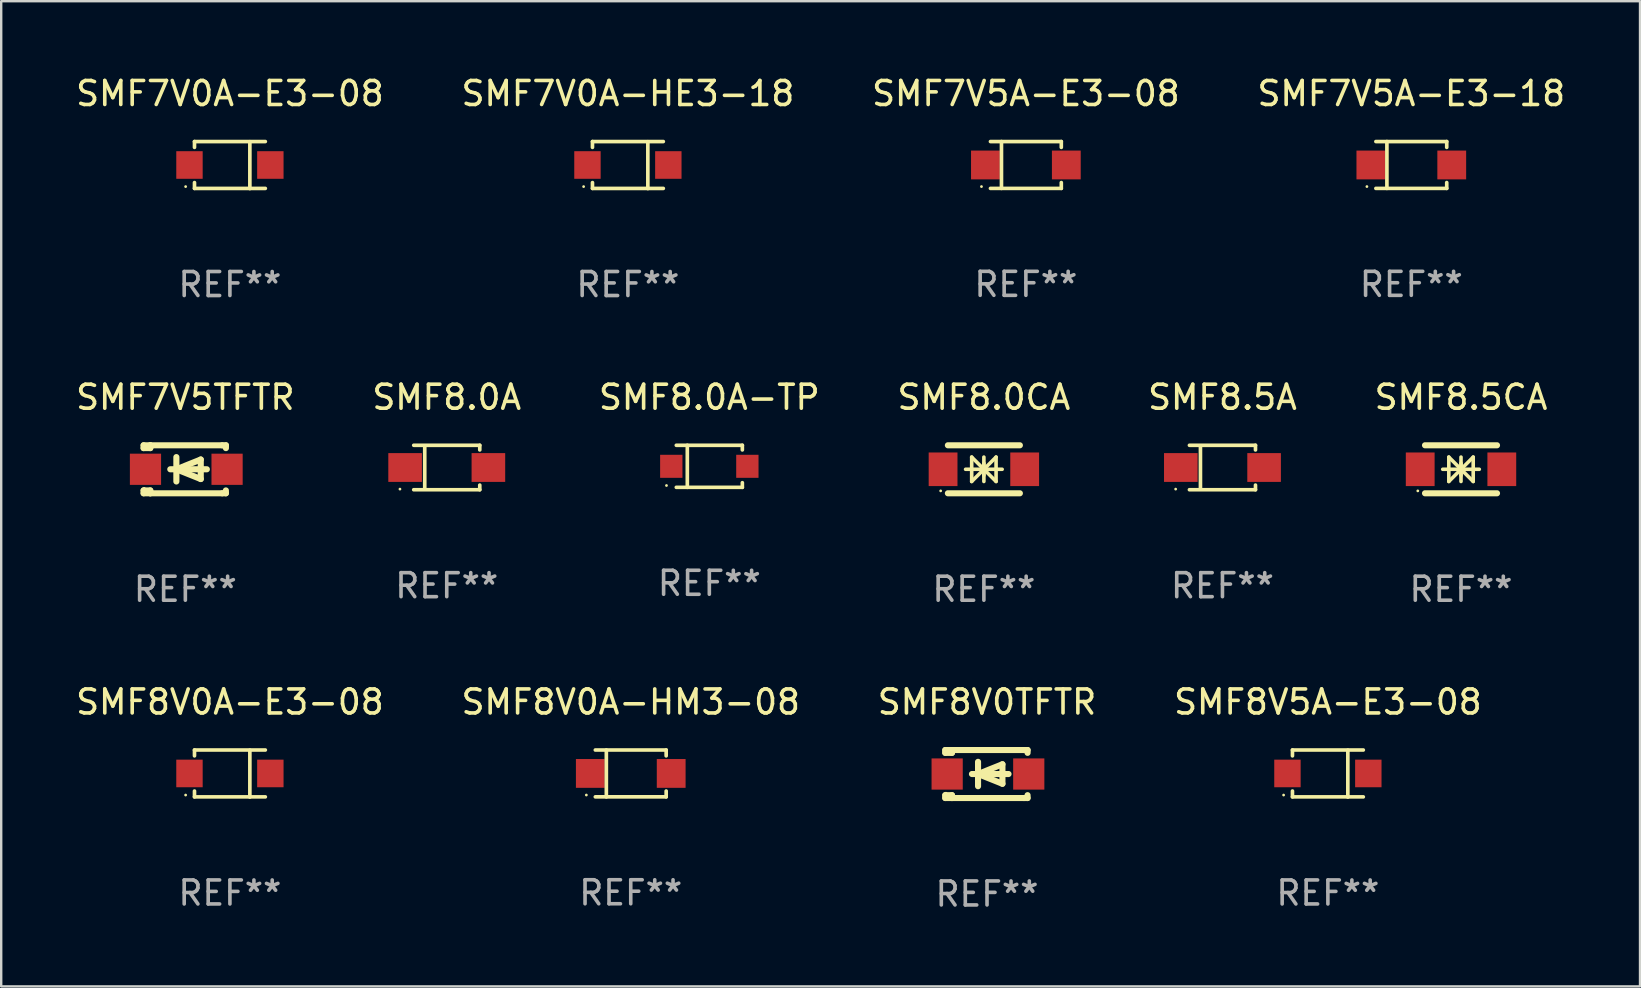
<source format=kicad_pcb>
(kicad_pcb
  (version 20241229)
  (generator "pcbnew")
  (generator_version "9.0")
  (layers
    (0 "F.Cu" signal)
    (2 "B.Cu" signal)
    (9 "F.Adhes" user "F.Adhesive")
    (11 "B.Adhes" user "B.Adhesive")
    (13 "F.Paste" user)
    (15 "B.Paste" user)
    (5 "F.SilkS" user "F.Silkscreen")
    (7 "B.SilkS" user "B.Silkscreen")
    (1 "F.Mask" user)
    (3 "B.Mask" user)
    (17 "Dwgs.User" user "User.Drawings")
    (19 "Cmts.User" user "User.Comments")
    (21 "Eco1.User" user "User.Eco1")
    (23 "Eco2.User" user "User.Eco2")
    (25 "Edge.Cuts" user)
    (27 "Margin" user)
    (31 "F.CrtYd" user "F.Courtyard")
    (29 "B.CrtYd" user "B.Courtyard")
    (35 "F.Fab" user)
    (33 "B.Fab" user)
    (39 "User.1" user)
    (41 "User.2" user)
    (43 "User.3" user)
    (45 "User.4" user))
  (footprint "SMF8.0CA"
    (layer "F.Cu")
    (at 37.946 16.504)
    (property "Reference" "SMF8.0CA" (at 0 -3 0) (layer "F.SilkS") (effects (font (size 1 1) (thickness 0.15))))
    (attr through_hole)
    (fp_line (start -1.5 -1) (end 1.5 -1) (stroke (width 0.254) (type solid)) (layer "F.SilkS"))
    (fp_line (start -1.5 1) (end 1.5 1) (stroke (width 0.254) (type solid)) (layer "F.SilkS"))
    (fp_line (start -0.762 0) (end 0.762 0) (stroke (width 0.15) (type solid)) (layer "F.SilkS"))
    (fp_line (start -0.508 -0.508) (end -0.508 0.508) (stroke (width 0.15) (type solid)) (layer "F.SilkS"))
    (fp_line (start 0 -0.508) (end 0 0.508) (stroke (width 0.15) (type solid)) (layer "F.SilkS"))
    (fp_line (start 0 0) (end -0.508 -0.508) (stroke (width 0.15) (type solid)) (layer "F.SilkS"))
    (fp_line (start 0 0) (end -0.508 0.508) (stroke (width 0.15) (type solid)) (layer "F.SilkS"))
    (fp_line (start 0 0) (end 0.508 -0.508) (stroke (width 0.15) (type solid)) (layer "F.SilkS"))
    (fp_line (start 0 0) (end 0.508 0.508) (stroke (width 0.15) (type solid)) (layer "F.SilkS"))
    (fp_line (start 0 0.254) (end 0 -0.254) (stroke (width 0.15) (type solid)) (layer "F.SilkS"))
    (fp_line (start 0.508 0.508) (end 0.508 -0.508) (stroke (width 0.15) (type solid)) (layer "F.SilkS"))
    (fp_circle (center -1.8 0.9) (end -1.77 0.9) (stroke (width 0.06) (type solid)) (fill no) (layer "F.SilkS"))
    (fp_text user "REF**" (at 0 5 0) (layer "F.Fab") (effects (font (size 1 1) (thickness 0.15))))
    (pad "1" smd rect (at -1.7 0) (size 1.2 1.4) (layers "F.Cu" "F.Mask" "F.Paste"))
    (pad "2" smd rect (at 1.7 0) (size 1.2 1.4) (layers "F.Cu" "F.Mask" "F.Paste")))
  (footprint "SMF8.0A-TP"
    (layer "F.Cu")
    (at 26.506 16.38)
    (property "Reference" "SMF8.0A-TP" (at 0 -2.876 0) (layer "F.SilkS") (effects (font (size 1 1) (thickness 0.15))))
    (attr through_hole)
    (fp_line (start -1.376 -0.876) (end 1.376 -0.876) (stroke (width 0.152) (type solid)) (layer "F.SilkS"))
    (fp_line (start -1.376 0.876) (end 1.376 0.876) (stroke (width 0.152) (type solid)) (layer "F.SilkS"))
    (fp_line (start -0.917 -0.876) (end -0.917 0.876) (stroke (width 0.152) (type solid)) (layer "F.SilkS"))
    (fp_line (start 1.376 -0.876) (end 1.376 -0.683) (stroke (width 0.152) (type solid)) (layer "F.SilkS"))
    (fp_line (start 1.376 0.876) (end 1.376 0.683) (stroke (width 0.152) (type solid)) (layer "F.SilkS"))
    (fp_circle (center -1.785 0.8) (end -1.755 0.8) (stroke (width 0.06) (type solid)) (fill no) (layer "F.SilkS"))
    (fp_text user "REF**" (at 0 4.876 0) (layer "F.Fab") (effects (font (size 1 1) (thickness 0.15))))
    (pad "1" smd rect (at -1.585 0 180) (size 0.93 0.96) (layers "F.Cu" "F.Mask" "F.Paste"))
    (pad "2" smd rect (at 1.585 0 180) (size 0.93 0.96) (layers "F.Cu" "F.Mask" "F.Paste")))
  (footprint "SMF8V0A-HM3-08"
    (layer "F.Cu")
    (at 23.232 29.177)
    (property "Reference" "SMF8V0A-HM3-08" (at 0 -2.976 0) (layer "F.SilkS") (effects (font (size 1 1) (thickness 0.15))))
    (attr through_hole)
    (fp_line (start -1.476 -0.976) (end 1.476 -0.976) (stroke (width 0.152) (type solid)) (layer "F.SilkS"))
    (fp_line (start -1.476 0.976) (end 1.476 0.976) (stroke (width 0.152) (type solid)) (layer "F.SilkS"))
    (fp_line (start -1.017 -0.976) (end -1.017 0.976) (stroke (width 0.152) (type solid)) (layer "F.SilkS"))
    (fp_line (start 1.476 -0.976) (end 1.476 -0.733) (stroke (width 0.152) (type solid)) (layer "F.SilkS"))
    (fp_line (start 1.476 0.976) (end 1.476 0.733) (stroke (width 0.152) (type solid)) (layer "F.SilkS"))
    (fp_circle (center -1.85 0.9) (end -1.82 0.9) (stroke (width 0.06) (type solid)) (fill no) (layer "F.SilkS"))
    (fp_text user "REF**" (at 0 4.976 0) (layer "F.Fab") (effects (font (size 1 1) (thickness 0.15))))
    (pad "1" smd rect (at -1.685 0) (size 1.2 1.2) (layers "F.Cu" "F.Mask" "F.Paste"))
    (pad "2" smd rect (at 1.685 0) (size 1.2 1.2) (layers "F.Cu" "F.Mask" "F.Paste")))
  (footprint "SMF8.0A"
    (layer "F.Cu")
    (at 15.565 16.43)
    (property "Reference" "SMF8.0A" (at 0 -2.926 0) (layer "F.SilkS") (effects (font (size 1 1) (thickness 0.15))))
    (attr through_hole)
    (fp_line (start -1.376 -0.926) (end 1.376 -0.926) (stroke (width 0.152) (type solid)) (layer "F.SilkS"))
    (fp_line (start -1.376 0.926) (end 1.376 0.926) (stroke (width 0.152) (type solid)) (layer "F.SilkS"))
    (fp_line (start -0.917 -0.876) (end -0.917 0.876) (stroke (width 0.152) (type solid)) (layer "F.SilkS"))
    (fp_line (start 1.376 -0.926) (end 1.376 -0.733) (stroke (width 0.152) (type solid)) (layer "F.SilkS"))
    (fp_line (start 1.376 0.926) (end 1.376 0.733) (stroke (width 0.152) (type solid)) (layer "F.SilkS"))
    (fp_circle (center -1.95 0.9) (end -1.92 0.9) (stroke (width 0.06) (type solid)) (fill no) (layer "F.SilkS"))
    (fp_text user "REF**" (at 0 4.926 0) (layer "F.Fab") (effects (font (size 1 1) (thickness 0.15))))
    (pad "1" smd rect (at -1.735 0) (size 1.4 1.2) (layers "F.Cu" "F.Mask" "F.Paste"))
    (pad "2" smd rect (at 1.735 0) (size 1.4 1.2) (layers "F.Cu" "F.Mask" "F.Paste")))
  (footprint "SMF8.5A"
    (layer "F.Cu")
    (at 47.887 16.43)
    (property "Reference" "SMF8.5A" (at 0 -2.926 0) (layer "F.SilkS") (effects (font (size 1 1) (thickness 0.15))))
    (attr through_hole)
    (fp_line (start -1.376 -0.926) (end 1.376 -0.926) (stroke (width 0.152) (type solid)) (layer "F.SilkS"))
    (fp_line (start -1.376 0.926) (end 1.376 0.926) (stroke (width 0.152) (type solid)) (layer "F.SilkS"))
    (fp_line (start -0.917 -0.876) (end -0.917 0.876) (stroke (width 0.152) (type solid)) (layer "F.SilkS"))
    (fp_line (start 1.376 -0.926) (end 1.376 -0.733) (stroke (width 0.152) (type solid)) (layer "F.SilkS"))
    (fp_line (start 1.376 0.926) (end 1.376 0.733) (stroke (width 0.152) (type solid)) (layer "F.SilkS"))
    (fp_circle (center -1.95 0.9) (end -1.92 0.9) (stroke (width 0.06) (type solid)) (fill no) (layer "F.SilkS"))
    (fp_text user "REF**" (at 0 4.926 0) (layer "F.Fab") (effects (font (size 1 1) (thickness 0.15))))
    (pad "1" smd rect (at -1.735 0) (size 1.4 1.2) (layers "F.Cu" "F.Mask" "F.Paste"))
    (pad "2" smd rect (at 1.735 0) (size 1.4 1.2) (layers "F.Cu" "F.Mask" "F.Paste")))
  (footprint "SMF8V0TFTR"
    (layer "F.Cu")
    (at 38.077 29.202)
    (property "Reference" "SMF8V0TFTR" (at 0 -3 0) (layer "F.SilkS") (effects (font (size 1 1) (thickness 0.15))))
    (attr through_hole)
    (fp_line (start -1.739 -1) (end -1.739 -0.882) (stroke (width 0.254) (type solid)) (layer "F.SilkS"))
    (fp_line (start -1.739 1) (end -1.739 0.881) (stroke (width 0.254) (type solid)) (layer "F.SilkS"))
    (fp_line (start -1.461 -1) (end -1.739 -1) (stroke (width 0.254) (type solid)) (layer "F.SilkS"))
    (fp_line (start -1.461 -1) (end -1.461 -0.882) (stroke (width 0.254) (type solid)) (layer "F.SilkS"))
    (fp_line (start -1.461 -1) (end 1.539 -1) (stroke (width 0.254) (type solid)) (layer "F.SilkS"))
    (fp_line (start -1.461 -0.882) (end -1.739 -0.882) (stroke (width 0.254) (type solid)) (layer "F.SilkS"))
    (fp_line (start -1.461 0.881) (end -1.739 0.881) (stroke (width 0.254) (type solid)) (layer "F.SilkS"))
    (fp_line (start -1.461 0.881) (end -1.461 1) (stroke (width 0.254) (type solid)) (layer "F.SilkS"))
    (fp_line (start -1.461 1) (end -1.739 1) (stroke (width 0.254) (type solid)) (layer "F.SilkS"))
    (fp_line (start -0.628 -0.000394) (end 0.896 -0.000394) (stroke (width 0.254) (type solid)) (layer "F.SilkS"))
    (fp_line (start -0.374 -0.508) (end -0.374 0.508) (stroke (width 0.254) (type solid)) (layer "F.SilkS"))
    (fp_line (start -0.374 -0.000394) (end 0.642 -0.407) (stroke (width 0.254) (type solid)) (layer "F.SilkS"))
    (fp_line (start 0.642 -0.407) (end 0.642 0.406) (stroke (width 0.254) (type solid)) (layer "F.SilkS"))
    (fp_line (start 0.642 0.406) (end -0.374 -0.000394) (stroke (width 0.254) (type solid)) (layer "F.SilkS"))
    (fp_line (start 1.539 -1) (end 1.69 -1) (stroke (width 0.254) (type solid)) (layer "F.SilkS"))
    (fp_line (start 1.539 1) (end -1.461 1) (stroke (width 0.254) (type solid)) (layer "F.SilkS"))
    (fp_line (start 1.689 0.881) (end 1.689 1) (stroke (width 0.254) (type solid)) (layer "F.SilkS"))
    (fp_line (start 1.689 1) (end 1.539 1) (stroke (width 0.254) (type solid)) (layer "F.SilkS"))
    (fp_line (start 1.69 -1) (end 1.69 -0.882) (stroke (width 0.254) (type solid)) (layer "F.SilkS"))
    (fp_circle (center -1.711 0.8) (end -1.681 0.8) (stroke (width 0.06) (type solid)) (fill no) (layer "F.SilkS"))
    (fp_text user "REF**" (at 0 5 0) (layer "F.Fab") (effects (font (size 1 1) (thickness 0.15))))
    (pad "1" smd rect (at -1.661 -0.000394) (size 1.3 1.3) (layers "F.Cu" "F.Mask" "F.Paste"))
    (pad "2" smd rect (at 1.739 -0.000394) (size 1.3 1.3) (layers "F.Cu" "F.Mask" "F.Paste")))
  (footprint "SMF7V5A-E3-08"
    (layer "F.Cu")
    (at 39.696 3.824)
    (property "Reference" "SMF7V5A-E3-08" (at 0 -2.976 0) (layer "F.SilkS") (effects (font (size 1 1) (thickness 0.15))))
    (attr through_hole)
    (fp_line (start -1.476 -0.976) (end 1.476 -0.976) (stroke (width 0.152) (type solid)) (layer "F.SilkS"))
    (fp_line (start -1.476 0.976) (end 1.476 0.976) (stroke (width 0.152) (type solid)) (layer "F.SilkS"))
    (fp_line (start -1.017 -0.976) (end -1.017 0.976) (stroke (width 0.152) (type solid)) (layer "F.SilkS"))
    (fp_line (start 1.476 -0.976) (end 1.476 -0.733) (stroke (width 0.152) (type solid)) (layer "F.SilkS"))
    (fp_line (start 1.476 0.976) (end 1.476 0.733) (stroke (width 0.152) (type solid)) (layer "F.SilkS"))
    (fp_circle (center -1.85 0.9) (end -1.82 0.9) (stroke (width 0.06) (type solid)) (fill no) (layer "F.SilkS"))
    (fp_text user "REF**" (at 0 4.976 0) (layer "F.Fab") (effects (font (size 1 1) (thickness 0.15))))
    (pad "1" smd rect (at -1.685 0) (size 1.2 1.2) (layers "F.Cu" "F.Mask" "F.Paste"))
    (pad "2" smd rect (at 1.685 0) (size 1.2 1.2) (layers "F.Cu" "F.Mask" "F.Paste")))
  (footprint "SMF7V5TFTR"
    (layer "F.Cu")
    (at 4.673 16.504)
    (property "Reference" "SMF7V5TFTR" (at 0 -3 0) (layer "F.SilkS") (effects (font (size 1 1) (thickness 0.15))))
    (attr through_hole)
    (fp_line (start -1.739 -1) (end -1.739 -0.882) (stroke (width 0.254) (type solid)) (layer "F.SilkS"))
    (fp_line (start -1.739 1) (end -1.739 0.881) (stroke (width 0.254) (type solid)) (layer "F.SilkS"))
    (fp_line (start -1.461 -1) (end -1.739 -1) (stroke (width 0.254) (type solid)) (layer "F.SilkS"))
    (fp_line (start -1.461 -1) (end -1.461 -0.882) (stroke (width 0.254) (type solid)) (layer "F.SilkS"))
    (fp_line (start -1.461 -1) (end 1.539 -1) (stroke (width 0.254) (type solid)) (layer "F.SilkS"))
    (fp_line (start -1.461 -0.882) (end -1.739 -0.882) (stroke (width 0.254) (type solid)) (layer "F.SilkS"))
    (fp_line (start -1.461 0.881) (end -1.739 0.881) (stroke (width 0.254) (type solid)) (layer "F.SilkS"))
    (fp_line (start -1.461 0.881) (end -1.461 1) (stroke (width 0.254) (type solid)) (layer "F.SilkS"))
    (fp_line (start -1.461 1) (end -1.739 1) (stroke (width 0.254) (type solid)) (layer "F.SilkS"))
    (fp_line (start -0.628 -0.000394) (end 0.896 -0.000394) (stroke (width 0.254) (type solid)) (layer "F.SilkS"))
    (fp_line (start -0.374 -0.508) (end -0.374 0.508) (stroke (width 0.254) (type solid)) (layer "F.SilkS"))
    (fp_line (start -0.374 -0.000394) (end 0.642 -0.407) (stroke (width 0.254) (type solid)) (layer "F.SilkS"))
    (fp_line (start 0.642 -0.407) (end 0.642 0.406) (stroke (width 0.254) (type solid)) (layer "F.SilkS"))
    (fp_line (start 0.642 0.406) (end -0.374 -0.000394) (stroke (width 0.254) (type solid)) (layer "F.SilkS"))
    (fp_line (start 1.539 -1) (end 1.69 -1) (stroke (width 0.254) (type solid)) (layer "F.SilkS"))
    (fp_line (start 1.539 1) (end -1.461 1) (stroke (width 0.254) (type solid)) (layer "F.SilkS"))
    (fp_line (start 1.689 0.881) (end 1.689 1) (stroke (width 0.254) (type solid)) (layer "F.SilkS"))
    (fp_line (start 1.689 1) (end 1.539 1) (stroke (width 0.254) (type solid)) (layer "F.SilkS"))
    (fp_line (start 1.69 -1) (end 1.69 -0.882) (stroke (width 0.254) (type solid)) (layer "F.SilkS"))
    (fp_circle (center -1.711 0.8) (end -1.681 0.8) (stroke (width 0.06) (type solid)) (fill no) (layer "F.SilkS"))
    (fp_text user "REF**" (at 0 5 0) (layer "F.Fab") (effects (font (size 1 1) (thickness 0.15))))
    (pad "1" smd rect (at -1.661 -0.000394) (size 1.3 1.3) (layers "F.Cu" "F.Mask" "F.Paste"))
    (pad "2" smd rect (at 1.739 -0.000394) (size 1.3 1.3) (layers "F.Cu" "F.Mask" "F.Paste")))
  (footprint "SMF8V0A-E3-08"
    (layer "F.Cu")
    (at 6.53 29.181)
    (property "Reference" "SMF8V0A-E3-08" (at 0 -2.98 0) (layer "F.SilkS") (effects (font (size 1 1) (thickness 0.15))))
    (attr through_hole)
    (fp_line (start -1.476 -0.98) (end -1.476 -0.737) (stroke (width 0.152) (type solid)) (layer "F.SilkS"))
    (fp_line (start -1.476 0.973) (end -1.476 0.73) (stroke (width 0.152) (type solid)) (layer "F.SilkS"))
    (fp_line (start 0.831 0.98) (end 0.831 -0.973) (stroke (width 0.152) (type solid)) (layer "F.SilkS"))
    (fp_line (start 1.476 -0.98) (end -1.476 -0.98) (stroke (width 0.152) (type solid)) (layer "F.SilkS"))
    (fp_line (start 1.476 0.973) (end -1.476 0.973) (stroke (width 0.152) (type solid)) (layer "F.SilkS"))
    (fp_circle (center -1.845 0.897) (end -1.815 0.897) (stroke (width 0.06) (type solid)) (fill no) (layer "F.SilkS"))
    (fp_text user "REF**" (at 0 4.98 0) (layer "F.Fab") (effects (font (size 1 1) (thickness 0.15))))
    (pad "1" smd rect (at -1.685 -0.003) (size 1.1 1.15) (layers "F.Cu" "F.Mask" "F.Paste"))
    (pad "2" smd rect (at 1.685 -0.003) (size 1.1 1.15) (layers "F.Cu" "F.Mask" "F.Paste")))
  (footprint "SMF7V0A-HE3-18"
    (layer "F.Cu")
    (at 23.113 3.828)
    (property "Reference" "SMF7V0A-HE3-18" (at 0 -2.98 0) (layer "F.SilkS") (effects (font (size 1 1) (thickness 0.15))))
    (attr through_hole)
    (fp_line (start -1.476 -0.98) (end -1.476 -0.737) (stroke (width 0.152) (type solid)) (layer "F.SilkS"))
    (fp_line (start -1.476 0.973) (end -1.476 0.73) (stroke (width 0.152) (type solid)) (layer "F.SilkS"))
    (fp_line (start 0.831 0.98) (end 0.831 -0.973) (stroke (width 0.152) (type solid)) (layer "F.SilkS"))
    (fp_line (start 1.476 -0.98) (end -1.476 -0.98) (stroke (width 0.152) (type solid)) (layer "F.SilkS"))
    (fp_line (start 1.476 0.973) (end -1.476 0.973) (stroke (width 0.152) (type solid)) (layer "F.SilkS"))
    (fp_circle (center -1.845 0.897) (end -1.815 0.897) (stroke (width 0.06) (type solid)) (fill no) (layer "F.SilkS"))
    (fp_text user "REF**" (at 0 4.98 0) (layer "F.Fab") (effects (font (size 1 1) (thickness 0.15))))
    (pad "1" smd rect (at -1.685 -0.003) (size 1.1 1.15) (layers "F.Cu" "F.Mask" "F.Paste"))
    (pad "2" smd rect (at 1.685 -0.003) (size 1.1 1.15) (layers "F.Cu" "F.Mask" "F.Paste")))
  (footprint "SMF8.5CA"
    (layer "F.Cu")
    (at 57.827 16.504)
    (property "Reference" "SMF8.5CA" (at 0 -3 0) (layer "F.SilkS") (effects (font (size 1 1) (thickness 0.15))))
    (attr through_hole)
    (fp_line (start -1.5 -1) (end 1.5 -1) (stroke (width 0.254) (type solid)) (layer "F.SilkS"))
    (fp_line (start -1.5 1) (end 1.5 1) (stroke (width 0.254) (type solid)) (layer "F.SilkS"))
    (fp_line (start -0.762 0) (end 0.762 0) (stroke (width 0.15) (type solid)) (layer "F.SilkS"))
    (fp_line (start -0.508 -0.508) (end -0.508 0.508) (stroke (width 0.15) (type solid)) (layer "F.SilkS"))
    (fp_line (start 0 -0.508) (end 0 0.508) (stroke (width 0.15) (type solid)) (layer "F.SilkS"))
    (fp_line (start 0 0) (end -0.508 -0.508) (stroke (width 0.15) (type solid)) (layer "F.SilkS"))
    (fp_line (start 0 0) (end -0.508 0.508) (stroke (width 0.15) (type solid)) (layer "F.SilkS"))
    (fp_line (start 0 0) (end 0.508 -0.508) (stroke (width 0.15) (type solid)) (layer "F.SilkS"))
    (fp_line (start 0 0) (end 0.508 0.508) (stroke (width 0.15) (type solid)) (layer "F.SilkS"))
    (fp_line (start 0 0.254) (end 0 -0.254) (stroke (width 0.15) (type solid)) (layer "F.SilkS"))
    (fp_line (start 0.508 0.508) (end 0.508 -0.508) (stroke (width 0.15) (type solid)) (layer "F.SilkS"))
    (fp_circle (center -1.8 0.9) (end -1.77 0.9) (stroke (width 0.06) (type solid)) (fill no) (layer "F.SilkS"))
    (fp_text user "REF**" (at 0 5 0) (layer "F.Fab") (effects (font (size 1 1) (thickness 0.15))))
    (pad "1" smd rect (at -1.7 0) (size 1.2 1.4) (layers "F.Cu" "F.Mask" "F.Paste"))
    (pad "2" smd rect (at 1.7 0) (size 1.2 1.4) (layers "F.Cu" "F.Mask" "F.Paste")))
  (footprint "SMF7V5A-E3-18"
    (layer "F.Cu")
    (at 55.756 3.824)
    (property "Reference" "SMF7V5A-E3-18" (at 0 -2.976 0) (layer "F.SilkS") (effects (font (size 1 1) (thickness 0.15))))
    (attr through_hole)
    (fp_line (start -1.476 -0.976) (end 1.476 -0.976) (stroke (width 0.152) (type solid)) (layer "F.SilkS"))
    (fp_line (start -1.476 0.976) (end 1.476 0.976) (stroke (width 0.152) (type solid)) (layer "F.SilkS"))
    (fp_line (start -1.017 -0.976) (end -1.017 0.976) (stroke (width 0.152) (type solid)) (layer "F.SilkS"))
    (fp_line (start 1.476 -0.976) (end 1.476 -0.733) (stroke (width 0.152) (type solid)) (layer "F.SilkS"))
    (fp_line (start 1.476 0.976) (end 1.476 0.733) (stroke (width 0.152) (type solid)) (layer "F.SilkS"))
    (fp_circle (center -1.85 0.9) (end -1.82 0.9) (stroke (width 0.06) (type solid)) (fill no) (layer "F.SilkS"))
    (fp_text user "REF**" (at 0 4.976 0) (layer "F.Fab") (effects (font (size 1 1) (thickness 0.15))))
    (pad "1" smd rect (at -1.685 0) (size 1.2 1.2) (layers "F.Cu" "F.Mask" "F.Paste"))
    (pad "2" smd rect (at 1.685 0) (size 1.2 1.2) (layers "F.Cu" "F.Mask" "F.Paste")))
  (footprint "SMF7V0A-E3-08"
    (layer "F.Cu")
    (at 6.53 3.828)
    (property "Reference" "SMF7V0A-E3-08" (at 0 -2.98 0) (layer "F.SilkS") (effects (font (size 1 1) (thickness 0.15))))
    (attr through_hole)
    (fp_line (start -1.476 -0.98) (end -1.476 -0.737) (stroke (width 0.152) (type solid)) (layer "F.SilkS"))
    (fp_line (start -1.476 0.973) (end -1.476 0.73) (stroke (width 0.152) (type solid)) (layer "F.SilkS"))
    (fp_line (start 0.831 0.98) (end 0.831 -0.973) (stroke (width 0.152) (type solid)) (layer "F.SilkS"))
    (fp_line (start 1.476 -0.98) (end -1.476 -0.98) (stroke (width 0.152) (type solid)) (layer "F.SilkS"))
    (fp_line (start 1.476 0.973) (end -1.476 0.973) (stroke (width 0.152) (type solid)) (layer "F.SilkS"))
    (fp_circle (center -1.845 0.897) (end -1.815 0.897) (stroke (width 0.06) (type solid)) (fill no) (layer "F.SilkS"))
    (fp_text user "REF**" (at 0 4.98 0) (layer "F.Fab") (effects (font (size 1 1) (thickness 0.15))))
    (pad "1" smd rect (at -1.685 -0.003) (size 1.1 1.15) (layers "F.Cu" "F.Mask" "F.Paste"))
    (pad "2" smd rect (at 1.685 -0.003) (size 1.1 1.15) (layers "F.Cu" "F.Mask" "F.Paste")))
  (footprint "SMF8V5A-E3-08"
    (layer "F.Cu")
    (at 52.28 29.181)
    (property "Reference" "SMF8V5A-E3-08" (at 0 -2.98 0) (layer "F.SilkS") (effects (font (size 1 1) (thickness 0.15))))
    (attr through_hole)
    (fp_line (start -1.476 -0.98) (end -1.476 -0.737) (stroke (width 0.152) (type solid)) (layer "F.SilkS"))
    (fp_line (start -1.476 0.973) (end -1.476 0.73) (stroke (width 0.152) (type solid)) (layer "F.SilkS"))
    (fp_line (start 0.831 0.98) (end 0.831 -0.973) (stroke (width 0.152) (type solid)) (layer "F.SilkS"))
    (fp_line (start 1.476 -0.98) (end -1.476 -0.98) (stroke (width 0.152) (type solid)) (layer "F.SilkS"))
    (fp_line (start 1.476 0.973) (end -1.476 0.973) (stroke (width 0.152) (type solid)) (layer "F.SilkS"))
    (fp_circle (center -1.845 0.897) (end -1.815 0.897) (stroke (width 0.06) (type solid)) (fill no) (layer "F.SilkS"))
    (fp_text user "REF**" (at 0 4.98 0) (layer "F.Fab") (effects (font (size 1 1) (thickness 0.15))))
    (pad "1" smd rect (at -1.685 -0.003) (size 1.1 1.15) (layers "F.Cu" "F.Mask" "F.Paste"))
    (pad "2" smd rect (at 1.685 -0.003) (size 1.1 1.15) (layers "F.Cu" "F.Mask" "F.Paste")))
  (gr_rect
    (start -3 -3)
    (end 65.286 38.05)
    (stroke (width 0.1) (type default))
    (fill no)
    (layer "Edge.Cuts")))
</source>
